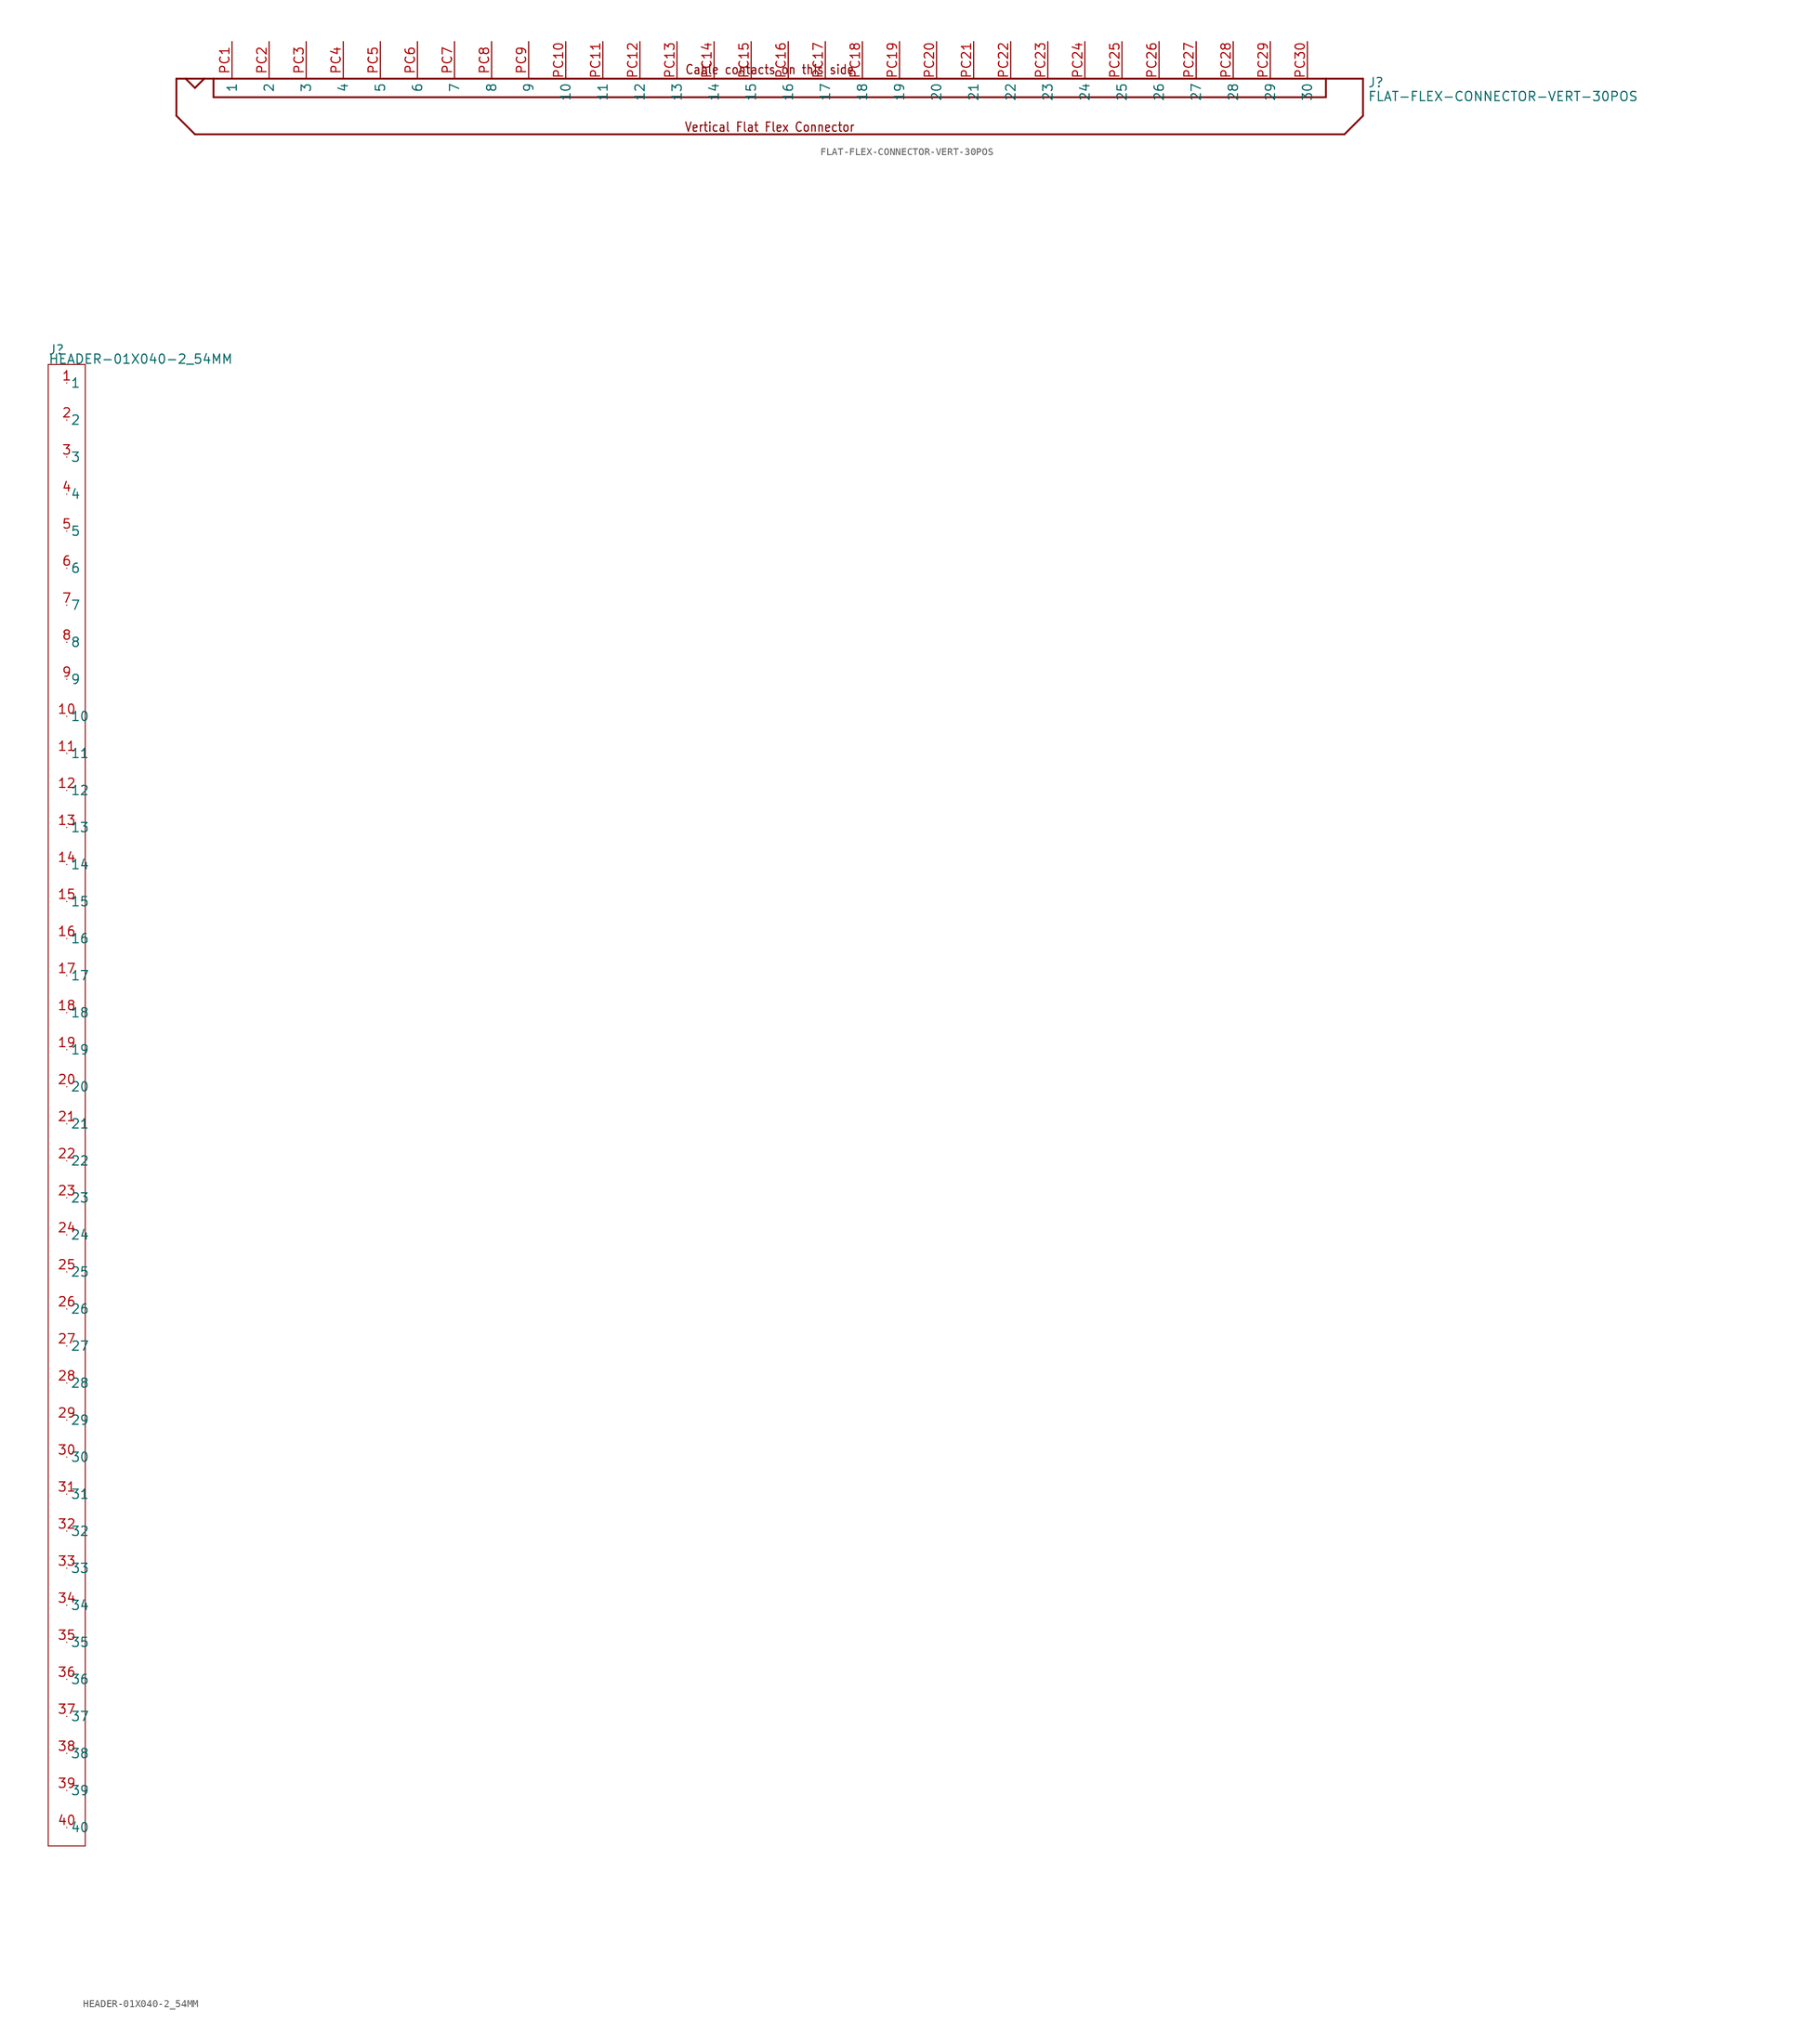
<source format=kicad_sym>
(kicad_symbol_lib
  (version 20211014)
  (generator kicad_symbol_editor)
  (symbol "FLAT-FLEX-CONNECTOR-VERT-30POS"
    (pin_names)
    (property "Reference" "J"
      (at 81.915 1.27 0)
      (effects (font (size 1.27 1.27)) (justify left bottom)))
    (property "Value" "FLAT-FLEX-CONNECTOR-VERT-30POS"
      (at 81.915 -0.635 0)
      (effects (font (size 1.27 1.27)) (justify left bottom)))
    (property "Datasheet" ""
      (at 0 0 0))
    (property "ki_description" "FLAT-FLEX-CONNECTOR-VERT-30POS  - Flat Flex Connector 30 position Vertical Technical Specifications: Number of Positions: 30 Contact: One Side Mount: Vertical "
      (at 0 0 0))
    (property "ki_fp_filters" "FlashPCB_Connectors:FLAT-FLEX-CONNECTOR-MOLEX-52610-VERT-30POS"
      (at 0 0 0))
    (symbol "FLAT-FLEX-CONNECTOR-VERT-30POS_1_1"
      (text "Cable contacts on this side" (at 0 3.048 0) (effects (font (size 1.27 1.086)) (justify bottom)))
      (text "Vertical Flat Flex Connector" (at 0 -4.826 0) (effects (font (size 1.27 1.086)) (justify bottom)))
      (polyline (pts (xy -81.28 2.54) (xy -81.28 -2.54)) (stroke (width 0.254)) (fill (type none)))
      (polyline (pts (xy -81.28 -2.54) (xy -78.74 -5.08)) (stroke (width 0.254)) (fill (type none)))
      (polyline (pts (xy -78.74 -5.08) (xy 78.74 -5.08)) (stroke (width 0.254)) (fill (type none)))
      (polyline (pts (xy 78.74 -5.08) (xy 81.28 -2.54)) (stroke (width 0.254)) (fill (type none)))
      (polyline (pts (xy 81.28 -2.54) (xy 81.28 2.54)) (stroke (width 0.254)) (fill (type none)))
      (polyline (pts (xy 81.28 2.54) (xy 76.2 2.54)) (stroke (width 0.254)) (fill (type none)))
      (polyline (pts (xy 76.2 2.54) (xy 76.2 0)) (stroke (width 0.254)) (fill (type none)))
      (polyline (pts (xy 76.2 0) (xy -76.2 0)) (stroke (width 0.254)) (fill (type none)))
      (polyline (pts (xy -76.2 0) (xy -76.2 2.54)) (stroke (width 0.254)) (fill (type none)))
      (polyline (pts (xy -76.2 2.54) (xy -77.47 2.54)) (stroke (width 0.254)) (fill (type none)))
      (polyline (pts (xy -77.47 2.54) (xy -80.01 2.54)) (stroke (width 0.254)) (fill (type none)))
      (polyline (pts (xy -80.01 2.54) (xy -81.28 2.54)) (stroke (width 0.254)) (fill (type none)))
      (polyline (pts (xy -76.2 2.54) (xy 76.2 2.54)) (stroke (width 0.254)) (fill (type none)))
      (polyline (pts (xy -80.01 2.54) (xy -78.74 1.27)) (stroke (width 0.254)) (fill (type none)))
      (polyline (pts (xy -78.74 1.27) (xy -77.47 2.54)) (stroke (width 0.254)) (fill (type none)))
      (pin bidirectional line (at -73.66 7.62 270) (length 5.08) (name "1" (effects (font (size 1.27 1.27)))) (number "PC1" (effects (font (size 1.27 1.27)))))
      (pin bidirectional line (at -73.66 7.62 270) (length 5.08) hide (name "1" (effects (font (size 1.27 1.27)))) (number "PS1" (effects (font (size 1.27 1.27)))))
      (pin bidirectional line (at -68.58 7.62 270) (length 5.08) (name "2" (effects (font (size 1.27 1.27)))) (number "PC2" (effects (font (size 1.27 1.27)))))
      (pin bidirectional line (at -68.58 7.62 270) (length 5.08) hide (name "2" (effects (font (size 1.27 1.27)))) (number "PS2" (effects (font (size 1.27 1.27)))))
      (pin bidirectional line (at -63.5 7.62 270) (length 5.08) (name "3" (effects (font (size 1.27 1.27)))) (number "PC3" (effects (font (size 1.27 1.27)))))
      (pin bidirectional line (at -63.5 7.62 270) (length 5.08) hide (name "3" (effects (font (size 1.27 1.27)))) (number "PS3" (effects (font (size 1.27 1.27)))))
      (pin bidirectional line (at -58.42 7.62 270) (length 5.08) (name "4" (effects (font (size 1.27 1.27)))) (number "PC4" (effects (font (size 1.27 1.27)))))
      (pin bidirectional line (at -58.42 7.62 270) (length 5.08) hide (name "4" (effects (font (size 1.27 1.27)))) (number "PS4" (effects (font (size 1.27 1.27)))))
      (pin bidirectional line (at -53.34 7.62 270) (length 5.08) (name "5" (effects (font (size 1.27 1.27)))) (number "PC5" (effects (font (size 1.27 1.27)))))
      (pin bidirectional line (at -53.34 7.62 270) (length 5.08) hide (name "5" (effects (font (size 1.27 1.27)))) (number "PS5" (effects (font (size 1.27 1.27)))))
      (pin bidirectional line (at -48.26 7.62 270) (length 5.08) (name "6" (effects (font (size 1.27 1.27)))) (number "PC6" (effects (font (size 1.27 1.27)))))
      (pin bidirectional line (at -48.26 7.62 270) (length 5.08) hide (name "6" (effects (font (size 1.27 1.27)))) (number "PS6" (effects (font (size 1.27 1.27)))))
      (pin bidirectional line (at -43.18 7.62 270) (length 5.08) (name "7" (effects (font (size 1.27 1.27)))) (number "PC7" (effects (font (size 1.27 1.27)))))
      (pin bidirectional line (at -43.18 7.62 270) (length 5.08) hide (name "7" (effects (font (size 1.27 1.27)))) (number "PS7" (effects (font (size 1.27 1.27)))))
      (pin bidirectional line (at -38.1 7.62 270) (length 5.08) (name "8" (effects (font (size 1.27 1.27)))) (number "PC8" (effects (font (size 1.27 1.27)))))
      (pin bidirectional line (at -38.1 7.62 270) (length 5.08) hide (name "8" (effects (font (size 1.27 1.27)))) (number "PS8" (effects (font (size 1.27 1.27)))))
      (pin bidirectional line (at -33.02 7.62 270) (length 5.08) (name "9" (effects (font (size 1.27 1.27)))) (number "PC9" (effects (font (size 1.27 1.27)))))
      (pin bidirectional line (at -33.02 7.62 270) (length 5.08) hide (name "9" (effects (font (size 1.27 1.27)))) (number "PS9" (effects (font (size 1.27 1.27)))))
      (pin bidirectional line (at -27.94 7.62 270) (length 5.08) (name "10" (effects (font (size 1.27 1.27)))) (number "PC10" (effects (font (size 1.27 1.27)))))
      (pin bidirectional line (at -27.94 7.62 270) (length 5.08) hide (name "10" (effects (font (size 1.27 1.27)))) (number "PS10" (effects (font (size 1.27 1.27)))))
      (pin bidirectional line (at -22.86 7.62 270) (length 5.08) (name "11" (effects (font (size 1.27 1.27)))) (number "PC11" (effects (font (size 1.27 1.27)))))
      (pin bidirectional line (at -22.86 7.62 270) (length 5.08) hide (name "11" (effects (font (size 1.27 1.27)))) (number "PS11" (effects (font (size 1.27 1.27)))))
      (pin bidirectional line (at -17.78 7.62 270) (length 5.08) (name "12" (effects (font (size 1.27 1.27)))) (number "PC12" (effects (font (size 1.27 1.27)))))
      (pin bidirectional line (at -17.78 7.62 270) (length 5.08) hide (name "12" (effects (font (size 1.27 1.27)))) (number "PS12" (effects (font (size 1.27 1.27)))))
      (pin bidirectional line (at -12.7 7.62 270) (length 5.08) (name "13" (effects (font (size 1.27 1.27)))) (number "PC13" (effects (font (size 1.27 1.27)))))
      (pin bidirectional line (at -12.7 7.62 270) (length 5.08) hide (name "13" (effects (font (size 1.27 1.27)))) (number "PS13" (effects (font (size 1.27 1.27)))))
      (pin bidirectional line (at -7.62 7.62 270) (length 5.08) (name "14" (effects (font (size 1.27 1.27)))) (number "PC14" (effects (font (size 1.27 1.27)))))
      (pin bidirectional line (at -7.62 7.62 270) (length 5.08) hide (name "14" (effects (font (size 1.27 1.27)))) (number "PS14" (effects (font (size 1.27 1.27)))))
      (pin bidirectional line (at -2.54 7.62 270) (length 5.08) (name "15" (effects (font (size 1.27 1.27)))) (number "PC15" (effects (font (size 1.27 1.27)))))
      (pin bidirectional line (at -2.54 7.62 270) (length 5.08) hide (name "15" (effects (font (size 1.27 1.27)))) (number "PS15" (effects (font (size 1.27 1.27)))))
      (pin bidirectional line (at 2.54 7.62 270) (length 5.08) (name "16" (effects (font (size 1.27 1.27)))) (number "PC16" (effects (font (size 1.27 1.27)))))
      (pin bidirectional line (at 2.54 7.62 270) (length 5.08) hide (name "16" (effects (font (size 1.27 1.27)))) (number "PS16" (effects (font (size 1.27 1.27)))))
      (pin bidirectional line (at 7.62 7.62 270) (length 5.08) (name "17" (effects (font (size 1.27 1.27)))) (number "PC17" (effects (font (size 1.27 1.27)))))
      (pin bidirectional line (at 7.62 7.62 270) (length 5.08) hide (name "17" (effects (font (size 1.27 1.27)))) (number "PS17" (effects (font (size 1.27 1.27)))))
      (pin bidirectional line (at 12.7 7.62 270) (length 5.08) (name "18" (effects (font (size 1.27 1.27)))) (number "PC18" (effects (font (size 1.27 1.27)))))
      (pin bidirectional line (at 12.7 7.62 270) (length 5.08) hide (name "18" (effects (font (size 1.27 1.27)))) (number "PS18" (effects (font (size 1.27 1.27)))))
      (pin bidirectional line (at 17.78 7.62 270) (length 5.08) (name "19" (effects (font (size 1.27 1.27)))) (number "PC19" (effects (font (size 1.27 1.27)))))
      (pin bidirectional line (at 17.78 7.62 270) (length 5.08) hide (name "19" (effects (font (size 1.27 1.27)))) (number "PS19" (effects (font (size 1.27 1.27)))))
      (pin bidirectional line (at 22.86 7.62 270) (length 5.08) (name "20" (effects (font (size 1.27 1.27)))) (number "PC20" (effects (font (size 1.27 1.27)))))
      (pin bidirectional line (at 22.86 7.62 270) (length 5.08) hide (name "20" (effects (font (size 1.27 1.27)))) (number "PS20" (effects (font (size 1.27 1.27)))))
      (pin bidirectional line (at 27.94 7.62 270) (length 5.08) (name "21" (effects (font (size 1.27 1.27)))) (number "PC21" (effects (font (size 1.27 1.27)))))
      (pin bidirectional line (at 27.94 7.62 270) (length 5.08) hide (name "21" (effects (font (size 1.27 1.27)))) (number "PS21" (effects (font (size 1.27 1.27)))))
      (pin bidirectional line (at 33.02 7.62 270) (length 5.08) (name "22" (effects (font (size 1.27 1.27)))) (number "PC22" (effects (font (size 1.27 1.27)))))
      (pin bidirectional line (at 33.02 7.62 270) (length 5.08) hide (name "22" (effects (font (size 1.27 1.27)))) (number "PS22" (effects (font (size 1.27 1.27)))))
      (pin bidirectional line (at 38.1 7.62 270) (length 5.08) (name "23" (effects (font (size 1.27 1.27)))) (number "PC23" (effects (font (size 1.27 1.27)))))
      (pin bidirectional line (at 38.1 7.62 270) (length 5.08) hide (name "23" (effects (font (size 1.27 1.27)))) (number "PS23" (effects (font (size 1.27 1.27)))))
      (pin bidirectional line (at 43.18 7.62 270) (length 5.08) (name "24" (effects (font (size 1.27 1.27)))) (number "PC24" (effects (font (size 1.27 1.27)))))
      (pin bidirectional line (at 43.18 7.62 270) (length 5.08) hide (name "24" (effects (font (size 1.27 1.27)))) (number "PS24" (effects (font (size 1.27 1.27)))))
      (pin bidirectional line (at 48.26 7.62 270) (length 5.08) (name "25" (effects (font (size 1.27 1.27)))) (number "PC25" (effects (font (size 1.27 1.27)))))
      (pin bidirectional line (at 48.26 7.62 270) (length 5.08) hide (name "25" (effects (font (size 1.27 1.27)))) (number "PS25" (effects (font (size 1.27 1.27)))))
      (pin bidirectional line (at 53.34 7.62 270) (length 5.08) (name "26" (effects (font (size 1.27 1.27)))) (number "PC26" (effects (font (size 1.27 1.27)))))
      (pin bidirectional line (at 53.34 7.62 270) (length 5.08) hide (name "26" (effects (font (size 1.27 1.27)))) (number "PS26" (effects (font (size 1.27 1.27)))))
      (pin bidirectional line (at 58.42 7.62 270) (length 5.08) (name "27" (effects (font (size 1.27 1.27)))) (number "PC27" (effects (font (size 1.27 1.27)))))
      (pin bidirectional line (at 58.42 7.62 270) (length 5.08) hide (name "27" (effects (font (size 1.27 1.27)))) (number "PS27" (effects (font (size 1.27 1.27)))))
      (pin bidirectional line (at 63.5 7.62 270) (length 5.08) (name "28" (effects (font (size 1.27 1.27)))) (number "PC28" (effects (font (size 1.27 1.27)))))
      (pin bidirectional line (at 63.5 7.62 270) (length 5.08) hide (name "28" (effects (font (size 1.27 1.27)))) (number "PS28" (effects (font (size 1.27 1.27)))))
      (pin bidirectional line (at 68.58 7.62 270) (length 5.08) (name "29" (effects (font (size 1.27 1.27)))) (number "PC29" (effects (font (size 1.27 1.27)))))
      (pin bidirectional line (at 68.58 7.62 270) (length 5.08) hide (name "29" (effects (font (size 1.27 1.27)))) (number "PS29" (effects (font (size 1.27 1.27)))))
      (pin bidirectional line (at 73.66 7.62 270) (length 5.08) (name "30" (effects (font (size 1.27 1.27)))) (number "PC30" (effects (font (size 1.27 1.27)))))
      (pin bidirectional line (at 73.66 7.62 270) (length 5.08) hide (name "30" (effects (font (size 1.27 1.27)))) (number "PS30" (effects (font (size 1.27 1.27)))))))
  (symbol "HEADER-01X040-2_54MM"
    (pin_names)
    (property "Reference" "J"
      (at -2.54 102.87 0)
      (effects (font (size 1.27 1.27)) (justify left bottom)))
    (property "Value" "HEADER-01X040-2_54MM"
      (at -2.54 101.6 0)
      (effects (font (size 1.27 1.27)) (justify left bottom)))
    (property "Datasheet" ""
      (at 0 0 0))
    (property "ki_description" "Header 1x40  - Header Vertical 40POS 2.54MM Technical Specifications: Pitch: 0.1\" (2.54mm) "
      (at 0 0 0))
    (property "ki_fp_filters" "FlashPCB_Connectors:HEADER-THT-01X040-2_54MM FlashPCB_Connectors:HEADER-THT-LONG-01X040-2_54MM FlashPCB_Connectors:HEADER-THT-NOSILK-01X040-2_54MM FlashPCB_Connectors:HEADER-THT-LONG-NOSILK-01X040-2_54MM"
      (at 0 0 0))
    (symbol "HEADER-01X040-2_54MM_1_1"
      (polyline (pts (xy -2.54 101.6) (xy 2.54 101.6)) (stroke (width 0.127)) (fill (type none)))
      (polyline (pts (xy 2.54 101.6) (xy 2.54 -101.6)) (stroke (width 0.127)) (fill (type none)))
      (polyline (pts (xy 2.54 -101.6) (xy -2.54 -101.6)) (stroke (width 0.127)) (fill (type none)))
      (polyline (pts (xy -2.54 -101.6) (xy -2.54 101.6)) (stroke (width 0.127)) (fill (type none)))
      (pin bidirectional line (at 0 99.06 0) (length 0) (name "1" (effects (font (size 1.27 1.27)))) (number "1" (effects (font (size 1.27 1.27)))))
      (pin bidirectional line (at 0 93.98 0) (length 0) (name "2" (effects (font (size 1.27 1.27)))) (number "2" (effects (font (size 1.27 1.27)))))
      (pin bidirectional line (at 0 88.9 0) (length 0) (name "3" (effects (font (size 1.27 1.27)))) (number "3" (effects (font (size 1.27 1.27)))))
      (pin bidirectional line (at 0 83.82 0) (length 0) (name "4" (effects (font (size 1.27 1.27)))) (number "4" (effects (font (size 1.27 1.27)))))
      (pin bidirectional line (at 0 78.74 0) (length 0) (name "5" (effects (font (size 1.27 1.27)))) (number "5" (effects (font (size 1.27 1.27)))))
      (pin bidirectional line (at 0 73.66 0) (length 0) (name "6" (effects (font (size 1.27 1.27)))) (number "6" (effects (font (size 1.27 1.27)))))
      (pin bidirectional line (at 0 68.58 0) (length 0) (name "7" (effects (font (size 1.27 1.27)))) (number "7" (effects (font (size 1.27 1.27)))))
      (pin bidirectional line (at 0 63.5 0) (length 0) (name "8" (effects (font (size 1.27 1.27)))) (number "8" (effects (font (size 1.27 1.27)))))
      (pin bidirectional line (at 0 58.42 0) (length 0) (name "9" (effects (font (size 1.27 1.27)))) (number "9" (effects (font (size 1.27 1.27)))))
      (pin bidirectional line (at 0 53.34 0) (length 0) (name "10" (effects (font (size 1.27 1.27)))) (number "10" (effects (font (size 1.27 1.27)))))
      (pin bidirectional line (at 0 48.26 0) (length 0) (name "11" (effects (font (size 1.27 1.27)))) (number "11" (effects (font (size 1.27 1.27)))))
      (pin bidirectional line (at 0 43.18 0) (length 0) (name "12" (effects (font (size 1.27 1.27)))) (number "12" (effects (font (size 1.27 1.27)))))
      (pin bidirectional line (at 0 38.1 0) (length 0) (name "13" (effects (font (size 1.27 1.27)))) (number "13" (effects (font (size 1.27 1.27)))))
      (pin bidirectional line (at 0 33.02 0) (length 0) (name "14" (effects (font (size 1.27 1.27)))) (number "14" (effects (font (size 1.27 1.27)))))
      (pin bidirectional line (at 0 27.94 0) (length 0) (name "15" (effects (font (size 1.27 1.27)))) (number "15" (effects (font (size 1.27 1.27)))))
      (pin bidirectional line (at 0 22.86 0) (length 0) (name "16" (effects (font (size 1.27 1.27)))) (number "16" (effects (font (size 1.27 1.27)))))
      (pin bidirectional line (at 0 17.78 0) (length 0) (name "17" (effects (font (size 1.27 1.27)))) (number "17" (effects (font (size 1.27 1.27)))))
      (pin bidirectional line (at 0 12.7 0) (length 0) (name "18" (effects (font (size 1.27 1.27)))) (number "18" (effects (font (size 1.27 1.27)))))
      (pin bidirectional line (at 0 7.62 0) (length 0) (name "19" (effects (font (size 1.27 1.27)))) (number "19" (effects (font (size 1.27 1.27)))))
      (pin bidirectional line (at 0 2.54 0) (length 0) (name "20" (effects (font (size 1.27 1.27)))) (number "20" (effects (font (size 1.27 1.27)))))
      (pin bidirectional line (at 0 -2.54 0) (length 0) (name "21" (effects (font (size 1.27 1.27)))) (number "21" (effects (font (size 1.27 1.27)))))
      (pin bidirectional line (at 0 -7.62 0) (length 0) (name "22" (effects (font (size 1.27 1.27)))) (number "22" (effects (font (size 1.27 1.27)))))
      (pin bidirectional line (at 0 -12.7 0) (length 0) (name "23" (effects (font (size 1.27 1.27)))) (number "23" (effects (font (size 1.27 1.27)))))
      (pin bidirectional line (at 0 -17.78 0) (length 0) (name "24" (effects (font (size 1.27 1.27)))) (number "24" (effects (font (size 1.27 1.27)))))
      (pin bidirectional line (at 0 -22.86 0) (length 0) (name "25" (effects (font (size 1.27 1.27)))) (number "25" (effects (font (size 1.27 1.27)))))
      (pin bidirectional line (at 0 -27.94 0) (length 0) (name "26" (effects (font (size 1.27 1.27)))) (number "26" (effects (font (size 1.27 1.27)))))
      (pin bidirectional line (at 0 -33.02 0) (length 0) (name "27" (effects (font (size 1.27 1.27)))) (number "27" (effects (font (size 1.27 1.27)))))
      (pin bidirectional line (at 0 -38.1 0) (length 0) (name "28" (effects (font (size 1.27 1.27)))) (number "28" (effects (font (size 1.27 1.27)))))
      (pin bidirectional line (at 0 -43.18 0) (length 0) (name "29" (effects (font (size 1.27 1.27)))) (number "29" (effects (font (size 1.27 1.27)))))
      (pin bidirectional line (at 0 -48.26 0) (length 0) (name "30" (effects (font (size 1.27 1.27)))) (number "30" (effects (font (size 1.27 1.27)))))
      (pin bidirectional line (at 0 -53.34 0) (length 0) (name "31" (effects (font (size 1.27 1.27)))) (number "31" (effects (font (size 1.27 1.27)))))
      (pin bidirectional line (at 0 -58.42 0) (length 0) (name "32" (effects (font (size 1.27 1.27)))) (number "32" (effects (font (size 1.27 1.27)))))
      (pin bidirectional line (at 0 -63.5 0) (length 0) (name "33" (effects (font (size 1.27 1.27)))) (number "33" (effects (font (size 1.27 1.27)))))
      (pin bidirectional line (at 0 -68.58 0) (length 0) (name "34" (effects (font (size 1.27 1.27)))) (number "34" (effects (font (size 1.27 1.27)))))
      (pin bidirectional line (at 0 -73.66 0) (length 0) (name "35" (effects (font (size 1.27 1.27)))) (number "35" (effects (font (size 1.27 1.27)))))
      (pin bidirectional line (at 0 -78.74 0) (length 0) (name "36" (effects (font (size 1.27 1.27)))) (number "36" (effects (font (size 1.27 1.27)))))
      (pin bidirectional line (at 0 -83.82 0) (length 0) (name "37" (effects (font (size 1.27 1.27)))) (number "37" (effects (font (size 1.27 1.27)))))
      (pin bidirectional line (at 0 -88.9 0) (length 0) (name "38" (effects (font (size 1.27 1.27)))) (number "38" (effects (font (size 1.27 1.27)))))
      (pin bidirectional line (at 0 -93.98 0) (length 0) (name "39" (effects (font (size 1.27 1.27)))) (number "39" (effects (font (size 1.27 1.27)))))
      (pin bidirectional line (at 0 -99.06 0) (length 0) (name "40" (effects (font (size 1.27 1.27)))) (number "40" (effects (font (size 1.27 1.27))))))))
</source>
